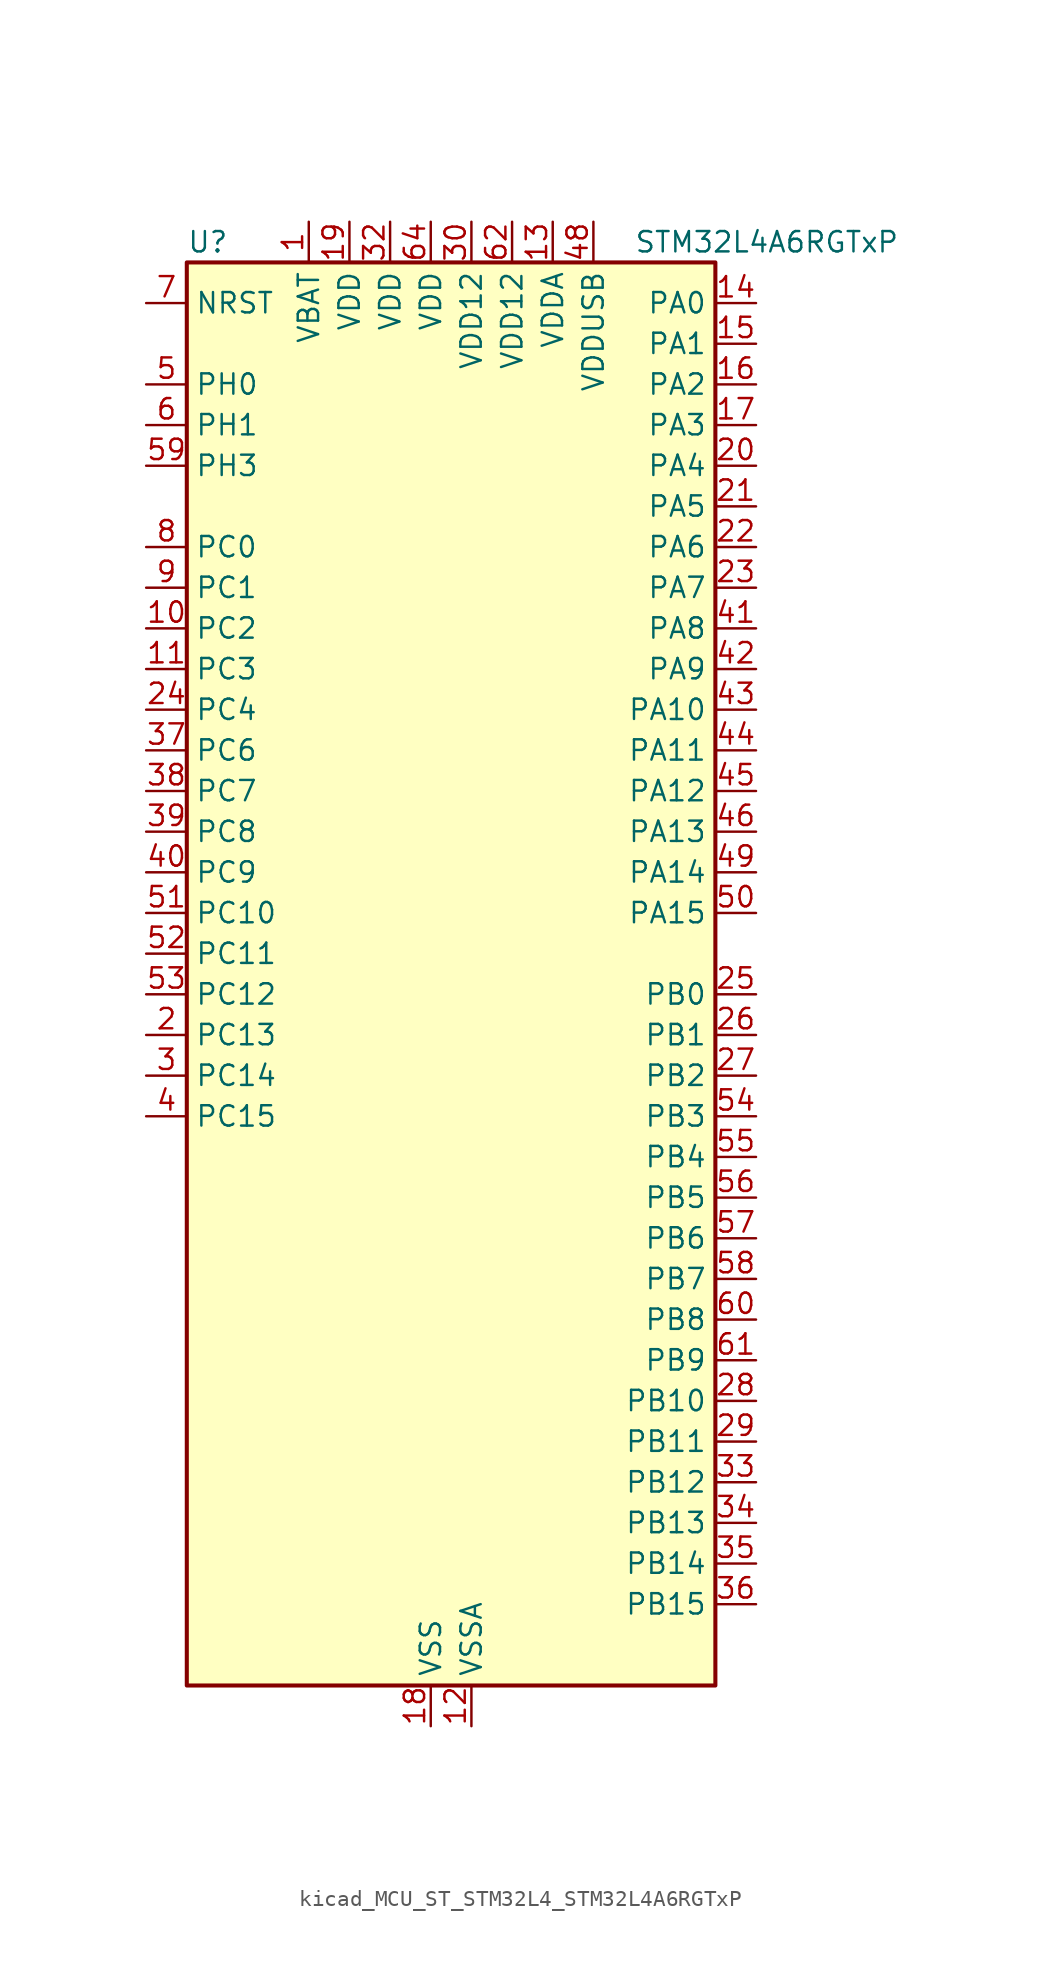
<source format=kicad_sym>
(kicad_symbol_lib
  (version 20220914)
  (generator kicad_symbol_editor)
  (symbol "kicad_MCU_ST_STM32L4_STM32L4A6RGTxP"
    (property "Reference" "U"
      (at -15.24 46.99 0)
      (effects (font (size 1.27 1.27)) (justify left)))
    (property "Value" "STM32L4A6RGTxP"
      (at 12.7 46.99 0)
      (effects (font (size 1.27 1.27)) (justify left)))
    (property "ki_locked" ""
      (at 0 0 0)
      (effects (font (size 1.27 1.27))))
    (symbol "kicad_MCU_ST_STM32L4_STM32L4A6RGTxP_0_1"
      (rectangle (start -15.24 -43.18) (end 17.78 45.72) (stroke (width 0.254) (type default)) (fill (type background))))
    (symbol "kicad_MCU_ST_STM32L4_STM32L4A6RGTxP_1_1"
      (pin power_in line (at -7.62 48.26 270) (length 2.54) (name "VBAT" (effects (font (size 1.27 1.27)))) (number "1" (effects (font (size 1.27 1.27)))))
      (pin bidirectional line (at -17.78 22.86 0) (length 2.54) (name "PC2" (effects (font (size 1.27 1.27)))) (number "10" (effects (font (size 1.27 1.27)))) (alternate "ADC1_IN3" bidirectional line) (alternate "ADC2_IN3" bidirectional line) (alternate "ADC3_IN3" bidirectional line) (alternate "DFSDM1_CKOUT" bidirectional line) (alternate "LCD_SEG20" bidirectional line) (alternate "LPTIM1_IN2" bidirectional line) (alternate "QUADSPI_BK2_IO1" bidirectional line) (alternate "SPI2_MISO" bidirectional line))
      (pin bidirectional line (at -17.78 20.32 0) (length 2.54) (name "PC3" (effects (font (size 1.27 1.27)))) (number "11" (effects (font (size 1.27 1.27)))) (alternate "ADC1_IN4" bidirectional line) (alternate "ADC2_IN4" bidirectional line) (alternate "ADC3_IN4" bidirectional line) (alternate "LCD_VLCD" bidirectional line) (alternate "LPTIM1_ETR" bidirectional line) (alternate "LPTIM2_ETR" bidirectional line) (alternate "QUADSPI_BK2_IO2" bidirectional line) (alternate "SAI1_SD_A" bidirectional line) (alternate "SPI2_MOSI" bidirectional line))
      (pin power_in line (at 2.54 -45.72 90) (length 2.54) (name "VSSA" (effects (font (size 1.27 1.27)))) (number "12" (effects (font (size 1.27 1.27)))))
      (pin power_in line (at 7.62 48.26 270) (length 2.54) (name "VDDA" (effects (font (size 1.27 1.27)))) (number "13" (effects (font (size 1.27 1.27)))))
      (pin bidirectional line (at 20.32 43.18 180) (length 2.54) (name "PA0" (effects (font (size 1.27 1.27)))) (number "14" (effects (font (size 1.27 1.27)))) (alternate "ADC1_IN5" bidirectional line) (alternate "ADC2_IN5" bidirectional line) (alternate "OPAMP1_VINP" bidirectional line) (alternate "RTC_TAMP2" bidirectional line) (alternate "SAI1_EXTCLK" bidirectional line) (alternate "SYS_WKUP1" bidirectional line) (alternate "TIM2_CH1" bidirectional line) (alternate "TIM2_ETR" bidirectional line) (alternate "TIM5_CH1" bidirectional line) (alternate "TIM8_ETR" bidirectional line) (alternate "UART4_TX" bidirectional line) (alternate "USART2_CTS" bidirectional line))
      (pin bidirectional line (at 20.32 40.64 180) (length 2.54) (name "PA1" (effects (font (size 1.27 1.27)))) (number "15" (effects (font (size 1.27 1.27)))) (alternate "ADC1_IN6" bidirectional line) (alternate "ADC2_IN6" bidirectional line) (alternate "I2C1_SMBA" bidirectional line) (alternate "LCD_SEG0" bidirectional line) (alternate "OPAMP1_VINM" bidirectional line) (alternate "SPI1_SCK" bidirectional line) (alternate "TIM15_CH1N" bidirectional line) (alternate "TIM2_CH2" bidirectional line) (alternate "TIM5_CH2" bidirectional line) (alternate "UART4_RX" bidirectional line) (alternate "USART2_DE" bidirectional line) (alternate "USART2_RTS" bidirectional line))
      (pin bidirectional line (at 20.32 38.1 180) (length 2.54) (name "PA2" (effects (font (size 1.27 1.27)))) (number "16" (effects (font (size 1.27 1.27)))) (alternate "ADC1_IN7" bidirectional line) (alternate "ADC2_IN7" bidirectional line) (alternate "LCD_SEG1" bidirectional line) (alternate "LPUART1_TX" bidirectional line) (alternate "QUADSPI_BK1_NCS" bidirectional line) (alternate "RCC_LSCO" bidirectional line) (alternate "SAI2_EXTCLK" bidirectional line) (alternate "SYS_WKUP4" bidirectional line) (alternate "TIM15_CH1" bidirectional line) (alternate "TIM2_CH3" bidirectional line) (alternate "TIM5_CH3" bidirectional line) (alternate "USART2_TX" bidirectional line))
      (pin bidirectional line (at 20.32 35.56 180) (length 2.54) (name "PA3" (effects (font (size 1.27 1.27)))) (number "17" (effects (font (size 1.27 1.27)))) (alternate "ADC1_IN8" bidirectional line) (alternate "ADC2_IN8" bidirectional line) (alternate "LCD_SEG2" bidirectional line) (alternate "LPUART1_RX" bidirectional line) (alternate "OPAMP1_VOUT" bidirectional line) (alternate "QUADSPI_CLK" bidirectional line) (alternate "SAI1_MCLK_A" bidirectional line) (alternate "TIM15_CH2" bidirectional line) (alternate "TIM2_CH4" bidirectional line) (alternate "TIM5_CH4" bidirectional line) (alternate "USART2_RX" bidirectional line))
      (pin power_in line (at 0 -45.72 90) (length 2.54) (name "VSS" (effects (font (size 1.27 1.27)))) (number "18" (effects (font (size 1.27 1.27)))))
      (pin power_in line (at -5.08 48.26 270) (length 2.54) (name "VDD" (effects (font (size 1.27 1.27)))) (number "19" (effects (font (size 1.27 1.27)))))
      (pin bidirectional line (at -17.78 -2.54 0) (length 2.54) (name "PC13" (effects (font (size 1.27 1.27)))) (number "2" (effects (font (size 1.27 1.27)))) (alternate "RTC_OUT_ALARM" bidirectional line) (alternate "RTC_OUT_CALIB" bidirectional line) (alternate "RTC_TAMP1" bidirectional line) (alternate "RTC_TS" bidirectional line) (alternate "SYS_WKUP2" bidirectional line))
      (pin bidirectional line (at 20.32 33.02 180) (length 2.54) (name "PA4" (effects (font (size 1.27 1.27)))) (number "20" (effects (font (size 1.27 1.27)))) (alternate "ADC1_IN9" bidirectional line) (alternate "ADC2_IN9" bidirectional line) (alternate "DAC1_OUT1" bidirectional line) (alternate "DCMI_HSYNC" bidirectional line) (alternate "LPTIM2_OUT" bidirectional line) (alternate "SAI1_FS_B" bidirectional line) (alternate "SPI1_NSS" bidirectional line) (alternate "SPI3_NSS" bidirectional line) (alternate "USART2_CK" bidirectional line))
      (pin bidirectional line (at 20.32 30.48 180) (length 2.54) (name "PA5" (effects (font (size 1.27 1.27)))) (number "21" (effects (font (size 1.27 1.27)))) (alternate "ADC1_IN10" bidirectional line) (alternate "ADC2_IN10" bidirectional line) (alternate "DAC1_OUT2" bidirectional line) (alternate "LPTIM2_ETR" bidirectional line) (alternate "SPI1_SCK" bidirectional line) (alternate "TIM2_CH1" bidirectional line) (alternate "TIM2_ETR" bidirectional line) (alternate "TIM8_CH1N" bidirectional line))
      (pin bidirectional line (at 20.32 27.94 180) (length 2.54) (name "PA6" (effects (font (size 1.27 1.27)))) (number "22" (effects (font (size 1.27 1.27)))) (alternate "ADC1_IN11" bidirectional line) (alternate "ADC2_IN11" bidirectional line) (alternate "DCMI_PIXCLK" bidirectional line) (alternate "LCD_SEG3" bidirectional line) (alternate "LPUART1_CTS" bidirectional line) (alternate "OPAMP2_VINP" bidirectional line) (alternate "QUADSPI_BK1_IO3" bidirectional line) (alternate "SPI1_MISO" bidirectional line) (alternate "TIM16_CH1" bidirectional line) (alternate "TIM1_BKIN" bidirectional line) (alternate "TIM1_BKIN_COMP2" bidirectional line) (alternate "TIM3_CH1" bidirectional line) (alternate "TIM8_BKIN" bidirectional line) (alternate "TIM8_BKIN_COMP2" bidirectional line) (alternate "USART3_CTS" bidirectional line))
      (pin bidirectional line (at 20.32 25.4 180) (length 2.54) (name "PA7" (effects (font (size 1.27 1.27)))) (number "23" (effects (font (size 1.27 1.27)))) (alternate "ADC1_IN12" bidirectional line) (alternate "ADC2_IN12" bidirectional line) (alternate "I2C3_SCL" bidirectional line) (alternate "LCD_SEG4" bidirectional line) (alternate "OPAMP2_VINM" bidirectional line) (alternate "QUADSPI_BK1_IO2" bidirectional line) (alternate "SPI1_MOSI" bidirectional line) (alternate "TIM17_CH1" bidirectional line) (alternate "TIM1_CH1N" bidirectional line) (alternate "TIM3_CH2" bidirectional line) (alternate "TIM8_CH1N" bidirectional line))
      (pin bidirectional line (at -17.78 17.78 0) (length 2.54) (name "PC4" (effects (font (size 1.27 1.27)))) (number "24" (effects (font (size 1.27 1.27)))) (alternate "ADC1_IN13" bidirectional line) (alternate "ADC2_IN13" bidirectional line) (alternate "COMP1_INM" bidirectional line) (alternate "LCD_SEG22" bidirectional line) (alternate "QUADSPI_BK2_IO3" bidirectional line) (alternate "USART3_TX" bidirectional line))
      (pin bidirectional line (at 20.32 0 180) (length 2.54) (name "PB0" (effects (font (size 1.27 1.27)))) (number "25" (effects (font (size 1.27 1.27)))) (alternate "ADC1_IN15" bidirectional line) (alternate "ADC2_IN15" bidirectional line) (alternate "COMP1_OUT" bidirectional line) (alternate "LCD_SEG5" bidirectional line) (alternate "OPAMP2_VOUT" bidirectional line) (alternate "QUADSPI_BK1_IO1" bidirectional line) (alternate "SAI1_EXTCLK" bidirectional line) (alternate "SPI1_NSS" bidirectional line) (alternate "TIM1_CH2N" bidirectional line) (alternate "TIM3_CH3" bidirectional line) (alternate "TIM8_CH2N" bidirectional line) (alternate "USART3_CK" bidirectional line))
      (pin bidirectional line (at 20.32 -2.54 180) (length 2.54) (name "PB1" (effects (font (size 1.27 1.27)))) (number "26" (effects (font (size 1.27 1.27)))) (alternate "ADC1_IN16" bidirectional line) (alternate "ADC2_IN16" bidirectional line) (alternate "COMP1_INM" bidirectional line) (alternate "DFSDM1_DATIN0" bidirectional line) (alternate "LCD_SEG6" bidirectional line) (alternate "LPTIM2_IN1" bidirectional line) (alternate "LPUART1_DE" bidirectional line) (alternate "LPUART1_RTS" bidirectional line) (alternate "QUADSPI_BK1_IO0" bidirectional line) (alternate "TIM1_CH3N" bidirectional line) (alternate "TIM3_CH4" bidirectional line) (alternate "TIM8_CH3N" bidirectional line) (alternate "USART3_DE" bidirectional line) (alternate "USART3_RTS" bidirectional line))
      (pin bidirectional line (at 20.32 -5.08 180) (length 2.54) (name "PB2" (effects (font (size 1.27 1.27)))) (number "27" (effects (font (size 1.27 1.27)))) (alternate "COMP1_INP" bidirectional line) (alternate "DFSDM1_CKIN0" bidirectional line) (alternate "I2C3_SMBA" bidirectional line) (alternate "LCD_VLCD" bidirectional line) (alternate "LPTIM1_OUT" bidirectional line) (alternate "RTC_OUT_ALARM" bidirectional line) (alternate "RTC_OUT_CALIB" bidirectional line))
      (pin bidirectional line (at 20.32 -25.4 180) (length 2.54) (name "PB10" (effects (font (size 1.27 1.27)))) (number "28" (effects (font (size 1.27 1.27)))) (alternate "COMP1_OUT" bidirectional line) (alternate "DFSDM1_DATIN7" bidirectional line) (alternate "I2C2_SCL" bidirectional line) (alternate "I2C4_SCL" bidirectional line) (alternate "LCD_SEG10" bidirectional line) (alternate "LPUART1_RX" bidirectional line) (alternate "QUADSPI_CLK" bidirectional line) (alternate "SAI1_SCK_A" bidirectional line) (alternate "SPI2_SCK" bidirectional line) (alternate "TIM2_CH3" bidirectional line) (alternate "TSC_SYNC" bidirectional line) (alternate "USART3_TX" bidirectional line))
      (pin bidirectional line (at 20.32 -27.94 180) (length 2.54) (name "PB11" (effects (font (size 1.27 1.27)))) (number "29" (effects (font (size 1.27 1.27)))) (alternate "ADC1_EXTI11" bidirectional line) (alternate "ADC2_EXTI11" bidirectional line) (alternate "ADC3_EXTI11" bidirectional line) (alternate "COMP2_OUT" bidirectional line) (alternate "DFSDM1_CKIN7" bidirectional line) (alternate "I2C2_SDA" bidirectional line) (alternate "I2C4_SDA" bidirectional line) (alternate "LCD_SEG11" bidirectional line) (alternate "LPUART1_TX" bidirectional line) (alternate "QUADSPI_BK1_NCS" bidirectional line) (alternate "TIM2_CH4" bidirectional line) (alternate "USART3_RX" bidirectional line))
      (pin bidirectional line (at -17.78 -5.08 0) (length 2.54) (name "PC14" (effects (font (size 1.27 1.27)))) (number "3" (effects (font (size 1.27 1.27)))) (alternate "RCC_OSC32_IN" bidirectional line))
      (pin power_in line (at 2.54 48.26 270) (length 2.54) (name "VDD12" (effects (font (size 1.27 1.27)))) (number "30" (effects (font (size 1.27 1.27)))))
      (pin passive line (at 0 -45.72 90) (length 2.54) hide (name "VSS" (effects (font (size 1.27 1.27)))) (number "31" (effects (font (size 1.27 1.27)))))
      (pin power_in line (at -2.54 48.26 270) (length 2.54) (name "VDD" (effects (font (size 1.27 1.27)))) (number "32" (effects (font (size 1.27 1.27)))))
      (pin bidirectional line (at 20.32 -30.48 180) (length 2.54) (name "PB12" (effects (font (size 1.27 1.27)))) (number "33" (effects (font (size 1.27 1.27)))) (alternate "CAN2_RX" bidirectional line) (alternate "DFSDM1_DATIN1" bidirectional line) (alternate "I2C2_SMBA" bidirectional line) (alternate "LCD_SEG12" bidirectional line) (alternate "LPUART1_DE" bidirectional line) (alternate "LPUART1_RTS" bidirectional line) (alternate "SAI2_FS_A" bidirectional line) (alternate "SPI2_NSS" bidirectional line) (alternate "SWPMI1_IO" bidirectional line) (alternate "TIM15_BKIN" bidirectional line) (alternate "TIM1_BKIN" bidirectional line) (alternate "TIM1_BKIN_COMP2" bidirectional line) (alternate "TSC_G1_IO1" bidirectional line) (alternate "USART3_CK" bidirectional line))
      (pin bidirectional line (at 20.32 -33.02 180) (length 2.54) (name "PB13" (effects (font (size 1.27 1.27)))) (number "34" (effects (font (size 1.27 1.27)))) (alternate "CAN2_TX" bidirectional line) (alternate "DFSDM1_CKIN1" bidirectional line) (alternate "I2C2_SCL" bidirectional line) (alternate "LCD_SEG13" bidirectional line) (alternate "LPUART1_CTS" bidirectional line) (alternate "SAI2_SCK_A" bidirectional line) (alternate "SPI2_SCK" bidirectional line) (alternate "SWPMI1_TX" bidirectional line) (alternate "TIM15_CH1N" bidirectional line) (alternate "TIM1_CH1N" bidirectional line) (alternate "TSC_G1_IO2" bidirectional line) (alternate "USART3_CTS" bidirectional line))
      (pin bidirectional line (at 20.32 -35.56 180) (length 2.54) (name "PB14" (effects (font (size 1.27 1.27)))) (number "35" (effects (font (size 1.27 1.27)))) (alternate "DFSDM1_DATIN2" bidirectional line) (alternate "I2C2_SDA" bidirectional line) (alternate "LCD_SEG14" bidirectional line) (alternate "SAI2_MCLK_A" bidirectional line) (alternate "SPI2_MISO" bidirectional line) (alternate "SWPMI1_RX" bidirectional line) (alternate "TIM15_CH1" bidirectional line) (alternate "TIM1_CH2N" bidirectional line) (alternate "TIM8_CH2N" bidirectional line) (alternate "TSC_G1_IO3" bidirectional line) (alternate "USART3_DE" bidirectional line) (alternate "USART3_RTS" bidirectional line))
      (pin bidirectional line (at 20.32 -38.1 180) (length 2.54) (name "PB15" (effects (font (size 1.27 1.27)))) (number "36" (effects (font (size 1.27 1.27)))) (alternate "ADC1_EXTI15" bidirectional line) (alternate "ADC2_EXTI15" bidirectional line) (alternate "ADC3_EXTI15" bidirectional line) (alternate "DFSDM1_CKIN2" bidirectional line) (alternate "LCD_SEG15" bidirectional line) (alternate "RTC_REFIN" bidirectional line) (alternate "SAI2_SD_A" bidirectional line) (alternate "SPI2_MOSI" bidirectional line) (alternate "SWPMI1_SUSPEND" bidirectional line) (alternate "TIM15_CH2" bidirectional line) (alternate "TIM1_CH3N" bidirectional line) (alternate "TIM8_CH3N" bidirectional line) (alternate "TSC_G1_IO4" bidirectional line))
      (pin bidirectional line (at -17.78 15.24 0) (length 2.54) (name "PC6" (effects (font (size 1.27 1.27)))) (number "37" (effects (font (size 1.27 1.27)))) (alternate "DCMI_D0" bidirectional line) (alternate "DFSDM1_CKIN3" bidirectional line) (alternate "LCD_SEG24" bidirectional line) (alternate "SAI2_MCLK_A" bidirectional line) (alternate "SDMMC1_D6" bidirectional line) (alternate "TIM3_CH1" bidirectional line) (alternate "TIM8_CH1" bidirectional line) (alternate "TSC_G4_IO1" bidirectional line))
      (pin bidirectional line (at -17.78 12.7 0) (length 2.54) (name "PC7" (effects (font (size 1.27 1.27)))) (number "38" (effects (font (size 1.27 1.27)))) (alternate "DCMI_D1" bidirectional line) (alternate "DFSDM1_DATIN3" bidirectional line) (alternate "LCD_SEG25" bidirectional line) (alternate "SAI2_MCLK_B" bidirectional line) (alternate "SDMMC1_D7" bidirectional line) (alternate "TIM3_CH2" bidirectional line) (alternate "TIM8_CH2" bidirectional line) (alternate "TSC_G4_IO2" bidirectional line))
      (pin bidirectional line (at -17.78 10.16 0) (length 2.54) (name "PC8" (effects (font (size 1.27 1.27)))) (number "39" (effects (font (size 1.27 1.27)))) (alternate "DCMI_D2" bidirectional line) (alternate "LCD_SEG26" bidirectional line) (alternate "SDMMC1_D0" bidirectional line) (alternate "TIM3_CH3" bidirectional line) (alternate "TIM8_CH3" bidirectional line) (alternate "TSC_G4_IO3" bidirectional line))
      (pin bidirectional line (at -17.78 -7.62 0) (length 2.54) (name "PC15" (effects (font (size 1.27 1.27)))) (number "4" (effects (font (size 1.27 1.27)))) (alternate "ADC1_EXTI15" bidirectional line) (alternate "ADC2_EXTI15" bidirectional line) (alternate "ADC3_EXTI15" bidirectional line) (alternate "RCC_OSC32_OUT" bidirectional line))
      (pin bidirectional line (at -17.78 7.62 0) (length 2.54) (name "PC9" (effects (font (size 1.27 1.27)))) (number "40" (effects (font (size 1.27 1.27)))) (alternate "DAC1_EXTI9" bidirectional line) (alternate "DCMI_D3" bidirectional line) (alternate "I2C3_SDA" bidirectional line) (alternate "LCD_SEG27" bidirectional line) (alternate "SAI2_EXTCLK" bidirectional line) (alternate "SDMMC1_D1" bidirectional line) (alternate "TIM3_CH4" bidirectional line) (alternate "TIM8_BKIN2" bidirectional line) (alternate "TIM8_BKIN2_COMP1" bidirectional line) (alternate "TIM8_CH4" bidirectional line) (alternate "TSC_G4_IO4" bidirectional line) (alternate "USB_OTG_FS_NOE" bidirectional line))
      (pin bidirectional line (at 20.32 22.86 180) (length 2.54) (name "PA8" (effects (font (size 1.27 1.27)))) (number "41" (effects (font (size 1.27 1.27)))) (alternate "LCD_COM0" bidirectional line) (alternate "LPTIM2_OUT" bidirectional line) (alternate "RCC_MCO" bidirectional line) (alternate "SAI1_SCK_A" bidirectional line) (alternate "SWPMI1_IO" bidirectional line) (alternate "TIM1_CH1" bidirectional line) (alternate "USART1_CK" bidirectional line) (alternate "USB_OTG_FS_SOF" bidirectional line))
      (pin bidirectional line (at 20.32 20.32 180) (length 2.54) (name "PA9" (effects (font (size 1.27 1.27)))) (number "42" (effects (font (size 1.27 1.27)))) (alternate "DAC1_EXTI9" bidirectional line) (alternate "DCMI_D0" bidirectional line) (alternate "LCD_COM1" bidirectional line) (alternate "SAI1_FS_A" bidirectional line) (alternate "SPI2_SCK" bidirectional line) (alternate "TIM15_BKIN" bidirectional line) (alternate "TIM1_CH2" bidirectional line) (alternate "USART1_TX" bidirectional line) (alternate "USB_OTG_FS_VBUS" bidirectional line))
      (pin bidirectional line (at 20.32 17.78 180) (length 2.54) (name "PA10" (effects (font (size 1.27 1.27)))) (number "43" (effects (font (size 1.27 1.27)))) (alternate "DCMI_D1" bidirectional line) (alternate "LCD_COM2" bidirectional line) (alternate "SAI1_SD_A" bidirectional line) (alternate "TIM17_BKIN" bidirectional line) (alternate "TIM1_CH3" bidirectional line) (alternate "USART1_RX" bidirectional line) (alternate "USB_OTG_FS_ID" bidirectional line))
      (pin bidirectional line (at 20.32 15.24 180) (length 2.54) (name "PA11" (effects (font (size 1.27 1.27)))) (number "44" (effects (font (size 1.27 1.27)))) (alternate "ADC1_EXTI11" bidirectional line) (alternate "ADC2_EXTI11" bidirectional line) (alternate "ADC3_EXTI11" bidirectional line) (alternate "CAN1_RX" bidirectional line) (alternate "SPI1_MISO" bidirectional line) (alternate "TIM1_BKIN2" bidirectional line) (alternate "TIM1_BKIN2_COMP1" bidirectional line) (alternate "TIM1_CH4" bidirectional line) (alternate "USART1_CTS" bidirectional line) (alternate "USB_OTG_FS_DM" bidirectional line))
      (pin bidirectional line (at 20.32 12.7 180) (length 2.54) (name "PA12" (effects (font (size 1.27 1.27)))) (number "45" (effects (font (size 1.27 1.27)))) (alternate "CAN1_TX" bidirectional line) (alternate "SPI1_MOSI" bidirectional line) (alternate "TIM1_ETR" bidirectional line) (alternate "USART1_DE" bidirectional line) (alternate "USART1_RTS" bidirectional line) (alternate "USB_OTG_FS_DP" bidirectional line))
      (pin bidirectional line (at 20.32 10.16 180) (length 2.54) (name "PA13" (effects (font (size 1.27 1.27)))) (number "46" (effects (font (size 1.27 1.27)))) (alternate "IR_OUT" bidirectional line) (alternate "SAI1_SD_B" bidirectional line) (alternate "SWPMI1_TX" bidirectional line) (alternate "SYS_JTMS-SWDIO" bidirectional line) (alternate "USB_OTG_FS_NOE" bidirectional line))
      (pin passive line (at 0 -45.72 90) (length 2.54) hide (name "VSS" (effects (font (size 1.27 1.27)))) (number "47" (effects (font (size 1.27 1.27)))))
      (pin power_in line (at 10.16 48.26 270) (length 2.54) (name "VDDUSB" (effects (font (size 1.27 1.27)))) (number "48" (effects (font (size 1.27 1.27)))))
      (pin bidirectional line (at 20.32 7.62 180) (length 2.54) (name "PA14" (effects (font (size 1.27 1.27)))) (number "49" (effects (font (size 1.27 1.27)))) (alternate "I2C1_SMBA" bidirectional line) (alternate "I2C4_SMBA" bidirectional line) (alternate "LPTIM1_OUT" bidirectional line) (alternate "SAI1_FS_B" bidirectional line) (alternate "SWPMI1_RX" bidirectional line) (alternate "SYS_JTCK-SWCLK" bidirectional line) (alternate "USB_OTG_FS_SOF" bidirectional line))
      (pin bidirectional line (at -17.78 38.1 0) (length 2.54) (name "PH0" (effects (font (size 1.27 1.27)))) (number "5" (effects (font (size 1.27 1.27)))) (alternate "RCC_OSC_IN" bidirectional line))
      (pin bidirectional line (at 20.32 5.08 180) (length 2.54) (name "PA15" (effects (font (size 1.27 1.27)))) (number "50" (effects (font (size 1.27 1.27)))) (alternate "ADC1_EXTI15" bidirectional line) (alternate "ADC2_EXTI15" bidirectional line) (alternate "ADC3_EXTI15" bidirectional line) (alternate "LCD_SEG17" bidirectional line) (alternate "SAI2_FS_B" bidirectional line) (alternate "SPI1_NSS" bidirectional line) (alternate "SPI3_NSS" bidirectional line) (alternate "SWPMI1_SUSPEND" bidirectional line) (alternate "SYS_JTDI" bidirectional line) (alternate "TIM2_CH1" bidirectional line) (alternate "TIM2_ETR" bidirectional line) (alternate "TSC_G3_IO1" bidirectional line) (alternate "UART4_DE" bidirectional line) (alternate "UART4_RTS" bidirectional line) (alternate "USART2_RX" bidirectional line) (alternate "USART3_DE" bidirectional line) (alternate "USART3_RTS" bidirectional line))
      (pin bidirectional line (at -17.78 5.08 0) (length 2.54) (name "PC10" (effects (font (size 1.27 1.27)))) (number "51" (effects (font (size 1.27 1.27)))) (alternate "DCMI_D8" bidirectional line) (alternate "LCD_COM4" bidirectional line) (alternate "LCD_SEG28" bidirectional line) (alternate "LCD_SEG40" bidirectional line) (alternate "SAI2_SCK_B" bidirectional line) (alternate "SDMMC1_D2" bidirectional line) (alternate "SPI3_SCK" bidirectional line) (alternate "SYS_TRACED1" bidirectional line) (alternate "TSC_G3_IO2" bidirectional line) (alternate "UART4_TX" bidirectional line) (alternate "USART3_TX" bidirectional line))
      (pin bidirectional line (at -17.78 2.54 0) (length 2.54) (name "PC11" (effects (font (size 1.27 1.27)))) (number "52" (effects (font (size 1.27 1.27)))) (alternate "ADC1_EXTI11" bidirectional line) (alternate "ADC2_EXTI11" bidirectional line) (alternate "ADC3_EXTI11" bidirectional line) (alternate "DCMI_D4" bidirectional line) (alternate "LCD_COM5" bidirectional line) (alternate "LCD_SEG29" bidirectional line) (alternate "LCD_SEG41" bidirectional line) (alternate "QUADSPI_BK2_NCS" bidirectional line) (alternate "SAI2_MCLK_B" bidirectional line) (alternate "SDMMC1_D3" bidirectional line) (alternate "SPI3_MISO" bidirectional line) (alternate "TSC_G3_IO3" bidirectional line) (alternate "UART4_RX" bidirectional line) (alternate "USART3_RX" bidirectional line))
      (pin bidirectional line (at -17.78 0 0) (length 2.54) (name "PC12" (effects (font (size 1.27 1.27)))) (number "53" (effects (font (size 1.27 1.27)))) (alternate "DCMI_D9" bidirectional line) (alternate "LCD_COM6" bidirectional line) (alternate "LCD_SEG30" bidirectional line) (alternate "LCD_SEG42" bidirectional line) (alternate "SAI2_SD_B" bidirectional line) (alternate "SDMMC1_CK" bidirectional line) (alternate "SPI3_MOSI" bidirectional line) (alternate "SYS_TRACED3" bidirectional line) (alternate "TSC_G3_IO4" bidirectional line) (alternate "UART5_TX" bidirectional line) (alternate "USART3_CK" bidirectional line))
      (pin bidirectional line (at 20.32 -7.62 180) (length 2.54) (name "PB3" (effects (font (size 1.27 1.27)))) (number "54" (effects (font (size 1.27 1.27)))) (alternate "COMP2_INM" bidirectional line) (alternate "CRS_SYNC" bidirectional line) (alternate "LCD_SEG7" bidirectional line) (alternate "SAI1_SCK_B" bidirectional line) (alternate "SPI1_SCK" bidirectional line) (alternate "SPI3_SCK" bidirectional line) (alternate "SYS_JTDO-SWO" bidirectional line) (alternate "TIM2_CH2" bidirectional line) (alternate "USART1_DE" bidirectional line) (alternate "USART1_RTS" bidirectional line))
      (pin bidirectional line (at 20.32 -10.16 180) (length 2.54) (name "PB4" (effects (font (size 1.27 1.27)))) (number "55" (effects (font (size 1.27 1.27)))) (alternate "COMP2_INP" bidirectional line) (alternate "DCMI_D12" bidirectional line) (alternate "I2C3_SDA" bidirectional line) (alternate "LCD_SEG8" bidirectional line) (alternate "SAI1_MCLK_B" bidirectional line) (alternate "SPI1_MISO" bidirectional line) (alternate "SPI3_MISO" bidirectional line) (alternate "SYS_JTRST" bidirectional line) (alternate "TIM17_BKIN" bidirectional line) (alternate "TIM3_CH1" bidirectional line) (alternate "TSC_G2_IO1" bidirectional line) (alternate "UART5_DE" bidirectional line) (alternate "UART5_RTS" bidirectional line) (alternate "USART1_CTS" bidirectional line))
      (pin bidirectional line (at 20.32 -12.7 180) (length 2.54) (name "PB5" (effects (font (size 1.27 1.27)))) (number "56" (effects (font (size 1.27 1.27)))) (alternate "CAN2_RX" bidirectional line) (alternate "COMP2_OUT" bidirectional line) (alternate "DCMI_D10" bidirectional line) (alternate "I2C1_SMBA" bidirectional line) (alternate "LCD_SEG9" bidirectional line) (alternate "LPTIM1_IN1" bidirectional line) (alternate "SAI1_SD_B" bidirectional line) (alternate "SPI1_MOSI" bidirectional line) (alternate "SPI3_MOSI" bidirectional line) (alternate "TIM16_BKIN" bidirectional line) (alternate "TIM3_CH2" bidirectional line) (alternate "TSC_G2_IO2" bidirectional line) (alternate "UART5_CTS" bidirectional line) (alternate "USART1_CK" bidirectional line))
      (pin bidirectional line (at 20.32 -15.24 180) (length 2.54) (name "PB6" (effects (font (size 1.27 1.27)))) (number "57" (effects (font (size 1.27 1.27)))) (alternate "CAN2_TX" bidirectional line) (alternate "COMP2_INP" bidirectional line) (alternate "DCMI_D5" bidirectional line) (alternate "DFSDM1_DATIN5" bidirectional line) (alternate "I2C1_SCL" bidirectional line) (alternate "I2C4_SCL" bidirectional line) (alternate "LPTIM1_ETR" bidirectional line) (alternate "SAI1_FS_B" bidirectional line) (alternate "TIM16_CH1N" bidirectional line) (alternate "TIM4_CH1" bidirectional line) (alternate "TIM8_BKIN2" bidirectional line) (alternate "TIM8_BKIN2_COMP2" bidirectional line) (alternate "TSC_G2_IO3" bidirectional line) (alternate "USART1_TX" bidirectional line))
      (pin bidirectional line (at 20.32 -17.78 180) (length 2.54) (name "PB7" (effects (font (size 1.27 1.27)))) (number "58" (effects (font (size 1.27 1.27)))) (alternate "COMP2_INM" bidirectional line) (alternate "DCMI_VSYNC" bidirectional line) (alternate "DFSDM1_CKIN5" bidirectional line) (alternate "I2C1_SDA" bidirectional line) (alternate "I2C4_SDA" bidirectional line) (alternate "LCD_SEG21" bidirectional line) (alternate "LPTIM1_IN2" bidirectional line) (alternate "SYS_PVD_IN" bidirectional line) (alternate "TIM17_CH1N" bidirectional line) (alternate "TIM4_CH2" bidirectional line) (alternate "TIM8_BKIN" bidirectional line) (alternate "TIM8_BKIN_COMP1" bidirectional line) (alternate "TSC_G2_IO4" bidirectional line) (alternate "UART4_CTS" bidirectional line) (alternate "USART1_RX" bidirectional line))
      (pin bidirectional line (at -17.78 33.02 0) (length 2.54) (name "PH3" (effects (font (size 1.27 1.27)))) (number "59" (effects (font (size 1.27 1.27)))))
      (pin bidirectional line (at -17.78 35.56 0) (length 2.54) (name "PH1" (effects (font (size 1.27 1.27)))) (number "6" (effects (font (size 1.27 1.27)))) (alternate "RCC_OSC_OUT" bidirectional line))
      (pin bidirectional line (at 20.32 -20.32 180) (length 2.54) (name "PB8" (effects (font (size 1.27 1.27)))) (number "60" (effects (font (size 1.27 1.27)))) (alternate "CAN1_RX" bidirectional line) (alternate "DCMI_D6" bidirectional line) (alternate "DFSDM1_DATIN6" bidirectional line) (alternate "I2C1_SCL" bidirectional line) (alternate "LCD_SEG16" bidirectional line) (alternate "SAI1_MCLK_A" bidirectional line) (alternate "SDMMC1_D4" bidirectional line) (alternate "TIM16_CH1" bidirectional line) (alternate "TIM4_CH3" bidirectional line))
      (pin bidirectional line (at 20.32 -22.86 180) (length 2.54) (name "PB9" (effects (font (size 1.27 1.27)))) (number "61" (effects (font (size 1.27 1.27)))) (alternate "CAN1_TX" bidirectional line) (alternate "DAC1_EXTI9" bidirectional line) (alternate "DCMI_D7" bidirectional line) (alternate "DFSDM1_CKIN6" bidirectional line) (alternate "I2C1_SDA" bidirectional line) (alternate "IR_OUT" bidirectional line) (alternate "LCD_COM3" bidirectional line) (alternate "SAI1_FS_A" bidirectional line) (alternate "SDMMC1_D5" bidirectional line) (alternate "SPI2_NSS" bidirectional line) (alternate "TIM17_CH1" bidirectional line) (alternate "TIM4_CH4" bidirectional line))
      (pin power_in line (at 5.08 48.26 270) (length 2.54) (name "VDD12" (effects (font (size 1.27 1.27)))) (number "62" (effects (font (size 1.27 1.27)))))
      (pin passive line (at 0 -45.72 90) (length 2.54) hide (name "VSS" (effects (font (size 1.27 1.27)))) (number "63" (effects (font (size 1.27 1.27)))))
      (pin power_in line (at 0 48.26 270) (length 2.54) (name "VDD" (effects (font (size 1.27 1.27)))) (number "64" (effects (font (size 1.27 1.27)))))
      (pin input line (at -17.78 43.18 0) (length 2.54) (name "NRST" (effects (font (size 1.27 1.27)))) (number "7" (effects (font (size 1.27 1.27)))))
      (pin bidirectional line (at -17.78 27.94 0) (length 2.54) (name "PC0" (effects (font (size 1.27 1.27)))) (number "8" (effects (font (size 1.27 1.27)))) (alternate "ADC1_IN1" bidirectional line) (alternate "ADC2_IN1" bidirectional line) (alternate "ADC3_IN1" bidirectional line) (alternate "DFSDM1_DATIN4" bidirectional line) (alternate "I2C3_SCL" bidirectional line) (alternate "I2C4_SCL" bidirectional line) (alternate "LCD_SEG18" bidirectional line) (alternate "LPTIM1_IN1" bidirectional line) (alternate "LPTIM2_IN1" bidirectional line) (alternate "LPUART1_RX" bidirectional line))
      (pin bidirectional line (at -17.78 25.4 0) (length 2.54) (name "PC1" (effects (font (size 1.27 1.27)))) (number "9" (effects (font (size 1.27 1.27)))) (alternate "ADC1_IN2" bidirectional line) (alternate "ADC2_IN2" bidirectional line) (alternate "ADC3_IN2" bidirectional line) (alternate "DFSDM1_CKIN4" bidirectional line) (alternate "I2C3_SDA" bidirectional line) (alternate "I2C4_SDA" bidirectional line) (alternate "LCD_SEG19" bidirectional line) (alternate "LPTIM1_OUT" bidirectional line) (alternate "LPUART1_TX" bidirectional line) (alternate "QUADSPI_BK2_IO0" bidirectional line) (alternate "SAI1_SD_A" bidirectional line) (alternate "SPI2_MOSI" bidirectional line) (alternate "SYS_TRACED0" bidirectional line)))))
</source>
